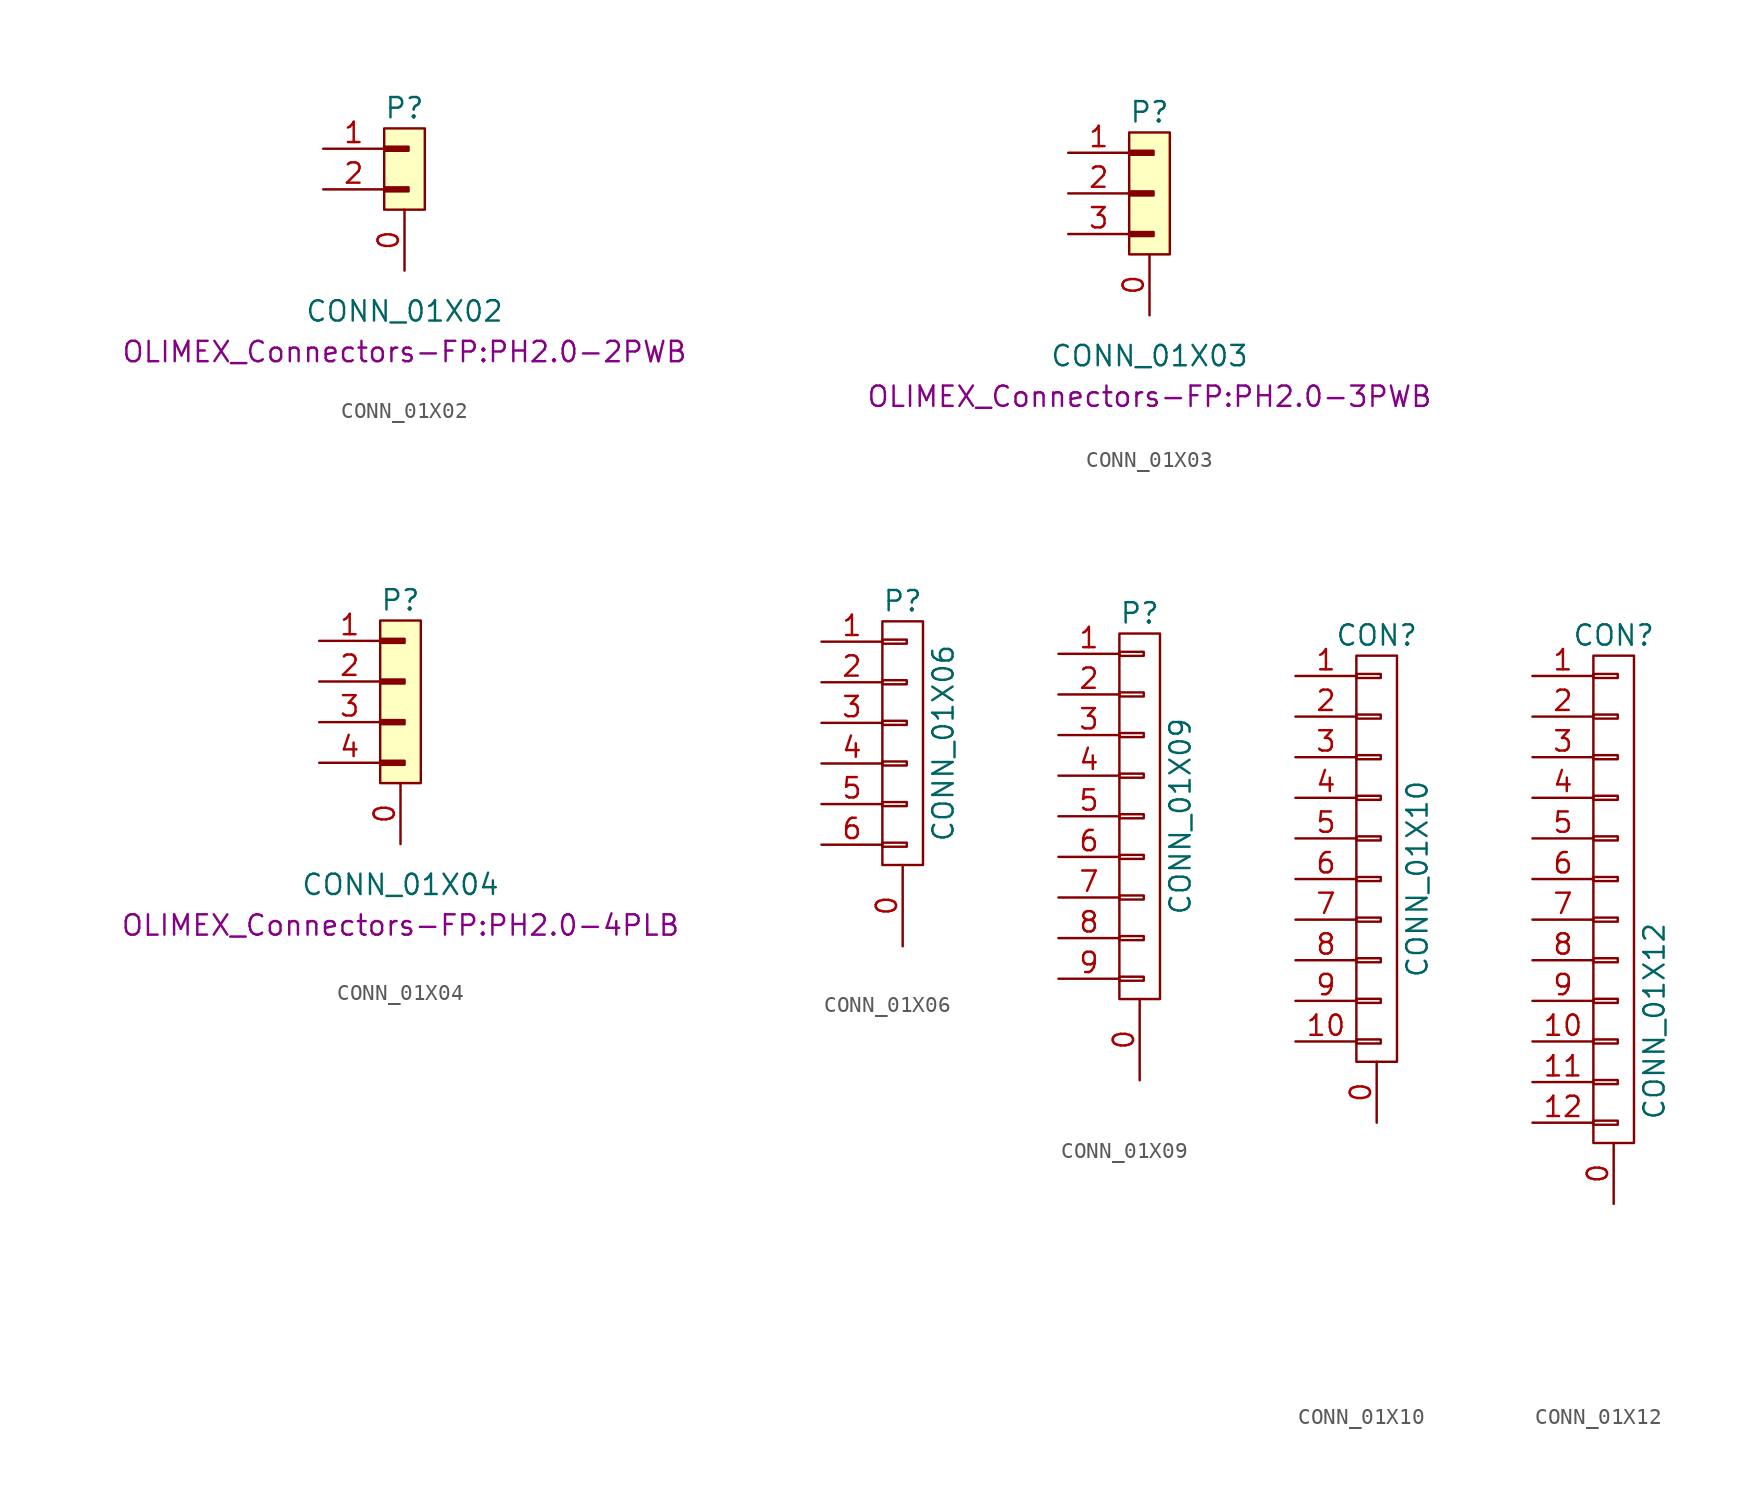
<source format=kicad_sym>
(kicad_symbol_lib
  (version 20220914)
  (generator kicad_symbol_editor)
  (symbol "CONN_01X02"
    (pin_names
      (offset 1.016) hide)
    (property "Reference" "P"
      (at 0 5.08 0)
      (effects (font (size 1.27 1.27))))
    (property "Value" "CONN_01X02"
      (at 0 -7.62 0)
      (effects (font (size 1.27 1.27))))
    (property "Footprint" "OLIMEX_Connectors-FP:PH2.0-2PWB"
      (at 0 -10.16 0)
      (effects (font (size 1.27 1.27))))
    (property "Datasheet" ""
      (at 0 1.27 0)
      (effects (font (size 1.27 1.27))))
    (symbol "CONN_01X02_1_1"
      (rectangle (start -1.27 0.127) (end 0.254 -0.127) (stroke (width 0) (type solid)) (fill (type outline)))
      (rectangle (start -1.27 2.667) (end 0.254 2.413) (stroke (width 0) (type solid)) (fill (type outline)))
      (rectangle (start -1.27 3.81) (end 1.27 -1.27) (stroke (width 0) (type solid)) (fill (type background)))
      (pin passive line (at 0 -5.08 90) (length 3.81) (name "P0" (effects (font (size 1.27 1.27)))) (number "0" (effects (font (size 1.27 1.27)))))
      (pin passive line (at -5.08 2.54 0) (length 3.81) (name "P1" (effects (font (size 1.27 1.27)))) (number "1" (effects (font (size 1.27 1.27)))))
      (pin passive line (at -5.08 0 0) (length 3.81) (name "P2" (effects (font (size 1.27 1.27)))) (number "2" (effects (font (size 1.27 1.27)))))))
  (symbol "CONN_01X03"
    (pin_names
      (offset 1.016) hide)
    (property "Reference" "P"
      (at 0 5.08 0)
      (effects (font (size 1.27 1.27))))
    (property "Value" "CONN_01X03"
      (at 0 -10.16 0)
      (effects (font (size 1.27 1.27))))
    (property "Footprint" "OLIMEX_Connectors-FP:PH2.0-3PWB"
      (at 0 -12.7 0)
      (effects (font (size 1.27 1.27))))
    (property "Datasheet" ""
      (at 0 1.27 0)
      (effects (font (size 1.27 1.27))))
    (symbol "CONN_01X03_1_1"
      (rectangle (start -1.27 -2.413) (end 0.254 -2.667) (stroke (width 0) (type solid)) (fill (type outline)))
      (rectangle (start -1.27 0.127) (end 0.254 -0.127) (stroke (width 0) (type solid)) (fill (type outline)))
      (rectangle (start -1.27 2.667) (end 0.254 2.413) (stroke (width 0) (type solid)) (fill (type outline)))
      (rectangle (start -1.27 3.81) (end 1.27 -3.81) (stroke (width 0) (type solid)) (fill (type background)))
      (pin passive line (at 0 -7.62 90) (length 3.81) (name "P0" (effects (font (size 1.27 1.27)))) (number "0" (effects (font (size 1.27 1.27)))))
      (pin passive line (at -5.08 2.54 0) (length 3.81) (name "P1" (effects (font (size 1.27 1.27)))) (number "1" (effects (font (size 1.27 1.27)))))
      (pin passive line (at -5.08 0 0) (length 3.81) (name "P2" (effects (font (size 1.27 1.27)))) (number "2" (effects (font (size 1.27 1.27)))))
      (pin passive line (at -5.08 -2.54 0) (length 3.81) (name "P2" (effects (font (size 1.27 1.27)))) (number "3" (effects (font (size 1.27 1.27)))))))
  (symbol "CONN_01X04"
    (pin_names
      (offset 1.016) hide)
    (property "Reference" "P"
      (at 0 7.62 0)
      (effects (font (size 1.27 1.27))))
    (property "Value" "CONN_01X04"
      (at 0 -10.16 0)
      (effects (font (size 1.27 1.27))))
    (property "Footprint" "OLIMEX_Connectors-FP:PH2.0-4PLB"
      (at 0 -12.7 0)
      (effects (font (size 1.27 1.27))))
    (property "Datasheet" ""
      (at 0 3.81 0)
      (effects (font (size 1.27 1.27))))
    (symbol "CONN_01X04_1_1"
      (rectangle (start -1.27 -2.413) (end 0.254 -2.667) (stroke (width 0) (type solid)) (fill (type outline)))
      (rectangle (start -1.27 0.127) (end 0.254 -0.127) (stroke (width 0) (type solid)) (fill (type outline)))
      (rectangle (start -1.27 2.667) (end 0.254 2.413) (stroke (width 0) (type solid)) (fill (type outline)))
      (rectangle (start -1.27 5.207) (end 0.254 4.953) (stroke (width 0) (type solid)) (fill (type outline)))
      (rectangle (start -1.27 6.35) (end 1.27 -3.81) (stroke (width 0) (type solid)) (fill (type background)))
      (pin passive line (at 0 -7.62 90) (length 3.81) (name "P0" (effects (font (size 1.27 1.27)))) (number "0" (effects (font (size 1.27 1.27)))))
      (pin passive line (at -5.08 5.08 0) (length 3.81) (name "P1" (effects (font (size 1.27 1.27)))) (number "1" (effects (font (size 1.27 1.27)))))
      (pin passive line (at -5.08 2.54 0) (length 3.81) (name "P2" (effects (font (size 1.27 1.27)))) (number "2" (effects (font (size 1.27 1.27)))))
      (pin passive line (at -5.08 0 0) (length 3.81) (name "P2" (effects (font (size 1.27 1.27)))) (number "3" (effects (font (size 1.27 1.27)))))
      (pin passive line (at -5.08 -2.54 0) (length 3.81) (name "P2" (effects (font (size 1.27 1.27)))) (number "4" (effects (font (size 1.27 1.27)))))))
  (symbol "CONN_01X06"
    (pin_names
      (offset 1.016) hide)
    (property "Reference" "P"
      (at 0 8.89 0)
      (effects (font (size 1.27 1.27))))
    (property "Value" "CONN_01X06"
      (at 2.54 0 90)
      (effects (font (size 1.27 1.27))))
    (property "Footprint" ""
      (at 0 0 0)
      (effects (font (size 1.27 1.27))))
    (property "Datasheet" ""
      (at 0 0 0)
      (effects (font (size 1.27 1.27))))
    (symbol "CONN_01X06_0_1"
      (rectangle (start -1.27 -6.223) (end 0.254 -6.477) (stroke (width 0) (type solid)) (fill (type none)))
      (rectangle (start -1.27 -3.683) (end 0.254 -3.937) (stroke (width 0) (type solid)) (fill (type none)))
      (rectangle (start -1.27 -1.143) (end 0.254 -1.397) (stroke (width 0) (type solid)) (fill (type none)))
      (rectangle (start -1.27 1.397) (end 0.254 1.143) (stroke (width 0) (type solid)) (fill (type none)))
      (rectangle (start -1.27 3.937) (end 0.254 3.683) (stroke (width 0) (type solid)) (fill (type none)))
      (rectangle (start -1.27 6.477) (end 0.254 6.223) (stroke (width 0) (type solid)) (fill (type none)))
      (rectangle (start -1.27 7.62) (end 1.27 -7.62) (stroke (width 0) (type solid)) (fill (type none))))
    (symbol "CONN_01X06_1_1"
      (pin passive line (at 0 -12.7 90) (length 5.08) (name "P0" (effects (font (size 1.27 1.27)))) (number "0" (effects (font (size 1.27 1.27)))))
      (pin passive line (at -5.08 6.35 0) (length 3.81) (name "P1" (effects (font (size 1.27 1.27)))) (number "1" (effects (font (size 1.27 1.27)))))
      (pin passive line (at -5.08 3.81 0) (length 3.81) (name "P2" (effects (font (size 1.27 1.27)))) (number "2" (effects (font (size 1.27 1.27)))))
      (pin passive line (at -5.08 1.27 0) (length 3.81) (name "P3" (effects (font (size 1.27 1.27)))) (number "3" (effects (font (size 1.27 1.27)))))
      (pin passive line (at -5.08 -1.27 0) (length 3.81) (name "P4" (effects (font (size 1.27 1.27)))) (number "4" (effects (font (size 1.27 1.27)))))
      (pin passive line (at -5.08 -3.81 0) (length 3.81) (name "P5" (effects (font (size 1.27 1.27)))) (number "5" (effects (font (size 1.27 1.27)))))
      (pin passive line (at -5.08 -6.35 0) (length 3.81) (name "P6" (effects (font (size 1.27 1.27)))) (number "6" (effects (font (size 1.27 1.27)))))))
  (symbol "CONN_01X09"
    (pin_names
      (offset 1.016) hide)
    (property "Reference" "P"
      (at 0 12.7 0)
      (effects (font (size 1.27 1.27))))
    (property "Value" "CONN_01X09"
      (at 2.54 0 90)
      (effects (font (size 1.27 1.27))))
    (property "Footprint" ""
      (at 0 0 0)
      (effects (font (size 1.27 1.27))))
    (property "Datasheet" ""
      (at 0 0 0)
      (effects (font (size 1.27 1.27))))
    (symbol "CONN_01X09_0_1"
      (rectangle (start -1.27 -10.033) (end 0.254 -10.287) (stroke (width 0) (type solid)) (fill (type none)))
      (rectangle (start -1.27 -7.493) (end 0.254 -7.747) (stroke (width 0) (type solid)) (fill (type none)))
      (rectangle (start -1.27 -4.953) (end 0.254 -5.207) (stroke (width 0) (type solid)) (fill (type none)))
      (rectangle (start -1.27 -2.413) (end 0.254 -2.667) (stroke (width 0) (type solid)) (fill (type none)))
      (rectangle (start -1.27 0.127) (end 0.254 -0.127) (stroke (width 0) (type solid)) (fill (type none)))
      (rectangle (start -1.27 2.667) (end 0.254 2.413) (stroke (width 0) (type solid)) (fill (type none)))
      (rectangle (start -1.27 5.207) (end 0.254 4.953) (stroke (width 0) (type solid)) (fill (type none)))
      (rectangle (start -1.27 7.747) (end 0.254 7.493) (stroke (width 0) (type solid)) (fill (type none)))
      (rectangle (start -1.27 10.287) (end 0.254 10.033) (stroke (width 0) (type solid)) (fill (type none)))
      (rectangle (start -1.27 11.43) (end 1.27 -11.43) (stroke (width 0) (type solid)) (fill (type none))))
    (symbol "CONN_01X09_1_1"
      (pin passive line (at 0 -16.51 90) (length 5.08) (name "P0" (effects (font (size 1.27 1.27)))) (number "0" (effects (font (size 1.27 1.27)))))
      (pin passive line (at -5.08 10.16 0) (length 3.81) (name "P1" (effects (font (size 1.27 1.27)))) (number "1" (effects (font (size 1.27 1.27)))))
      (pin passive line (at -5.08 7.62 0) (length 3.81) (name "P2" (effects (font (size 1.27 1.27)))) (number "2" (effects (font (size 1.27 1.27)))))
      (pin passive line (at -5.08 5.08 0) (length 3.81) (name "P3" (effects (font (size 1.27 1.27)))) (number "3" (effects (font (size 1.27 1.27)))))
      (pin passive line (at -5.08 2.54 0) (length 3.81) (name "P4" (effects (font (size 1.27 1.27)))) (number "4" (effects (font (size 1.27 1.27)))))
      (pin passive line (at -5.08 0 0) (length 3.81) (name "P5" (effects (font (size 1.27 1.27)))) (number "5" (effects (font (size 1.27 1.27)))))
      (pin passive line (at -5.08 -2.54 0) (length 3.81) (name "P6" (effects (font (size 1.27 1.27)))) (number "6" (effects (font (size 1.27 1.27)))))
      (pin passive line (at -5.08 -5.08 0) (length 3.81) (name "P7" (effects (font (size 1.27 1.27)))) (number "7" (effects (font (size 1.27 1.27)))))
      (pin passive line (at -5.08 -7.62 0) (length 3.81) (name "P8" (effects (font (size 1.27 1.27)))) (number "8" (effects (font (size 1.27 1.27)))))
      (pin passive line (at -5.08 -10.16 0) (length 3.81) (name "P9" (effects (font (size 1.27 1.27)))) (number "9" (effects (font (size 1.27 1.27)))))))
  (symbol "CONN_01X10"
    (pin_names
      (offset 1.016) hide)
    (property "Reference" "CON"
      (at 0 15.24 0)
      (effects (font (size 1.27 1.27))))
    (property "Value" "CONN_01X10"
      (at 2.54 0 90)
      (effects (font (size 1.27 1.27))))
    (property "Footprint" ""
      (at 0 -27.94 0)
      (effects (font (size 1.27 1.27))))
    (property "Datasheet" ""
      (at 0 -27.94 0)
      (effects (font (size 1.27 1.27))))
    (symbol "CONN_01X10_0_1"
      (rectangle (start -1.27 -10.033) (end 0.254 -10.287) (stroke (width 0) (type solid)) (fill (type none)))
      (rectangle (start -1.27 -7.493) (end 0.254 -7.747) (stroke (width 0) (type solid)) (fill (type none)))
      (rectangle (start -1.27 -4.953) (end 0.254 -5.207) (stroke (width 0) (type solid)) (fill (type none)))
      (rectangle (start -1.27 -2.413) (end 0.254 -2.667) (stroke (width 0) (type solid)) (fill (type none)))
      (rectangle (start -1.27 0.127) (end 0.254 -0.127) (stroke (width 0) (type solid)) (fill (type none)))
      (rectangle (start -1.27 2.667) (end 0.254 2.413) (stroke (width 0) (type solid)) (fill (type none)))
      (rectangle (start -1.27 5.207) (end 0.254 4.953) (stroke (width 0) (type solid)) (fill (type none)))
      (rectangle (start -1.27 7.747) (end 0.254 7.493) (stroke (width 0) (type solid)) (fill (type none)))
      (rectangle (start -1.27 10.287) (end 0.254 10.033) (stroke (width 0) (type solid)) (fill (type none)))
      (rectangle (start -1.27 12.827) (end 0.254 12.573) (stroke (width 0) (type solid)) (fill (type none)))
      (rectangle (start -1.27 13.97) (end 1.27 -11.43) (stroke (width 0) (type solid)) (fill (type none))))
    (symbol "CONN_01X10_1_1"
      (pin passive line (at 0 -15.24 90) (length 3.81) (name "P0" (effects (font (size 1.27 1.27)))) (number "0" (effects (font (size 1.27 1.27)))))
      (pin passive line (at -5.08 12.7 0) (length 3.81) (name "P1" (effects (font (size 1.27 1.27)))) (number "1" (effects (font (size 1.27 1.27)))))
      (pin passive line (at -5.08 -10.16 0) (length 3.81) (name "P10" (effects (font (size 1.27 1.27)))) (number "10" (effects (font (size 1.27 1.27)))))
      (pin passive line (at -5.08 10.16 0) (length 3.81) (name "P2" (effects (font (size 1.27 1.27)))) (number "2" (effects (font (size 1.27 1.27)))))
      (pin passive line (at -5.08 7.62 0) (length 3.81) (name "P3" (effects (font (size 1.27 1.27)))) (number "3" (effects (font (size 1.27 1.27)))))
      (pin passive line (at -5.08 5.08 0) (length 3.81) (name "P4" (effects (font (size 1.27 1.27)))) (number "4" (effects (font (size 1.27 1.27)))))
      (pin passive line (at -5.08 2.54 0) (length 3.81) (name "P5" (effects (font (size 1.27 1.27)))) (number "5" (effects (font (size 1.27 1.27)))))
      (pin passive line (at -5.08 0 0) (length 3.81) (name "P6" (effects (font (size 1.27 1.27)))) (number "6" (effects (font (size 1.27 1.27)))))
      (pin passive line (at -5.08 -2.54 0) (length 3.81) (name "P7" (effects (font (size 1.27 1.27)))) (number "7" (effects (font (size 1.27 1.27)))))
      (pin passive line (at -5.08 -5.08 0) (length 3.81) (name "P8" (effects (font (size 1.27 1.27)))) (number "8" (effects (font (size 1.27 1.27)))))
      (pin passive line (at -5.08 -7.62 0) (length 3.81) (name "P9" (effects (font (size 1.27 1.27)))) (number "9" (effects (font (size 1.27 1.27)))))))
  (symbol "CONN_01X12"
    (pin_names
      (offset 1.016) hide)
    (property "Reference" "CON"
      (at 0 15.24 0)
      (effects (font (size 1.27 1.27))))
    (property "Value" "CONN_01X12"
      (at 2.54 -8.89 90)
      (effects (font (size 1.27 1.27))))
    (property "Footprint" ""
      (at 0 -27.94 0)
      (effects (font (size 1.27 1.27))))
    (property "Datasheet" ""
      (at 0 -27.94 0)
      (effects (font (size 1.27 1.27))))
    (symbol "CONN_01X12_0_1"
      (rectangle (start -1.27 -15.113) (end 0.254 -15.367) (stroke (width 0) (type solid)) (fill (type none)))
      (rectangle (start -1.27 -12.573) (end 0.254 -12.827) (stroke (width 0) (type solid)) (fill (type none)))
      (rectangle (start -1.27 -10.033) (end 0.254 -10.287) (stroke (width 0) (type solid)) (fill (type none)))
      (rectangle (start -1.27 -7.493) (end 0.254 -7.747) (stroke (width 0) (type solid)) (fill (type none)))
      (rectangle (start -1.27 -4.953) (end 0.254 -5.207) (stroke (width 0) (type solid)) (fill (type none)))
      (rectangle (start -1.27 -2.413) (end 0.254 -2.667) (stroke (width 0) (type solid)) (fill (type none)))
      (rectangle (start -1.27 0.127) (end 0.254 -0.127) (stroke (width 0) (type solid)) (fill (type none)))
      (rectangle (start -1.27 2.667) (end 0.254 2.413) (stroke (width 0) (type solid)) (fill (type none)))
      (rectangle (start -1.27 5.207) (end 0.254 4.953) (stroke (width 0) (type solid)) (fill (type none)))
      (rectangle (start -1.27 7.747) (end 0.254 7.493) (stroke (width 0) (type solid)) (fill (type none)))
      (rectangle (start -1.27 10.287) (end 0.254 10.033) (stroke (width 0) (type solid)) (fill (type none)))
      (rectangle (start -1.27 12.827) (end 0.254 12.573) (stroke (width 0) (type solid)) (fill (type none)))
      (rectangle (start -1.27 13.97) (end 1.27 -16.51) (stroke (width 0) (type solid)) (fill (type none))))
    (symbol "CONN_01X12_1_1"
      (pin passive line (at 0 -20.32 90) (length 3.81) (name "P0" (effects (font (size 1.27 1.27)))) (number "0" (effects (font (size 1.27 1.27)))))
      (pin passive line (at -5.08 12.7 0) (length 3.81) (name "P1" (effects (font (size 1.27 1.27)))) (number "1" (effects (font (size 1.27 1.27)))))
      (pin passive line (at -5.08 -10.16 0) (length 3.81) (name "P10" (effects (font (size 1.27 1.27)))) (number "10" (effects (font (size 1.27 1.27)))))
      (pin passive line (at -5.08 -12.7 0) (length 3.81) (name "P11" (effects (font (size 1.27 1.27)))) (number "11" (effects (font (size 1.27 1.27)))))
      (pin passive line (at -5.08 -15.24 0) (length 3.81) (name "P12" (effects (font (size 1.27 1.27)))) (number "12" (effects (font (size 1.27 1.27)))))
      (pin passive line (at -5.08 10.16 0) (length 3.81) (name "P2" (effects (font (size 1.27 1.27)))) (number "2" (effects (font (size 1.27 1.27)))))
      (pin passive line (at -5.08 7.62 0) (length 3.81) (name "P3" (effects (font (size 1.27 1.27)))) (number "3" (effects (font (size 1.27 1.27)))))
      (pin passive line (at -5.08 5.08 0) (length 3.81) (name "P4" (effects (font (size 1.27 1.27)))) (number "4" (effects (font (size 1.27 1.27)))))
      (pin passive line (at -5.08 2.54 0) (length 3.81) (name "P5" (effects (font (size 1.27 1.27)))) (number "5" (effects (font (size 1.27 1.27)))))
      (pin passive line (at -5.08 0 0) (length 3.81) (name "P6" (effects (font (size 1.27 1.27)))) (number "6" (effects (font (size 1.27 1.27)))))
      (pin passive line (at -5.08 -2.54 0) (length 3.81) (name "P7" (effects (font (size 1.27 1.27)))) (number "7" (effects (font (size 1.27 1.27)))))
      (pin passive line (at -5.08 -5.08 0) (length 3.81) (name "P8" (effects (font (size 1.27 1.27)))) (number "8" (effects (font (size 1.27 1.27)))))
      (pin passive line (at -5.08 -7.62 0) (length 3.81) (name "P9" (effects (font (size 1.27 1.27)))) (number "9" (effects (font (size 1.27 1.27))))))))
</source>
